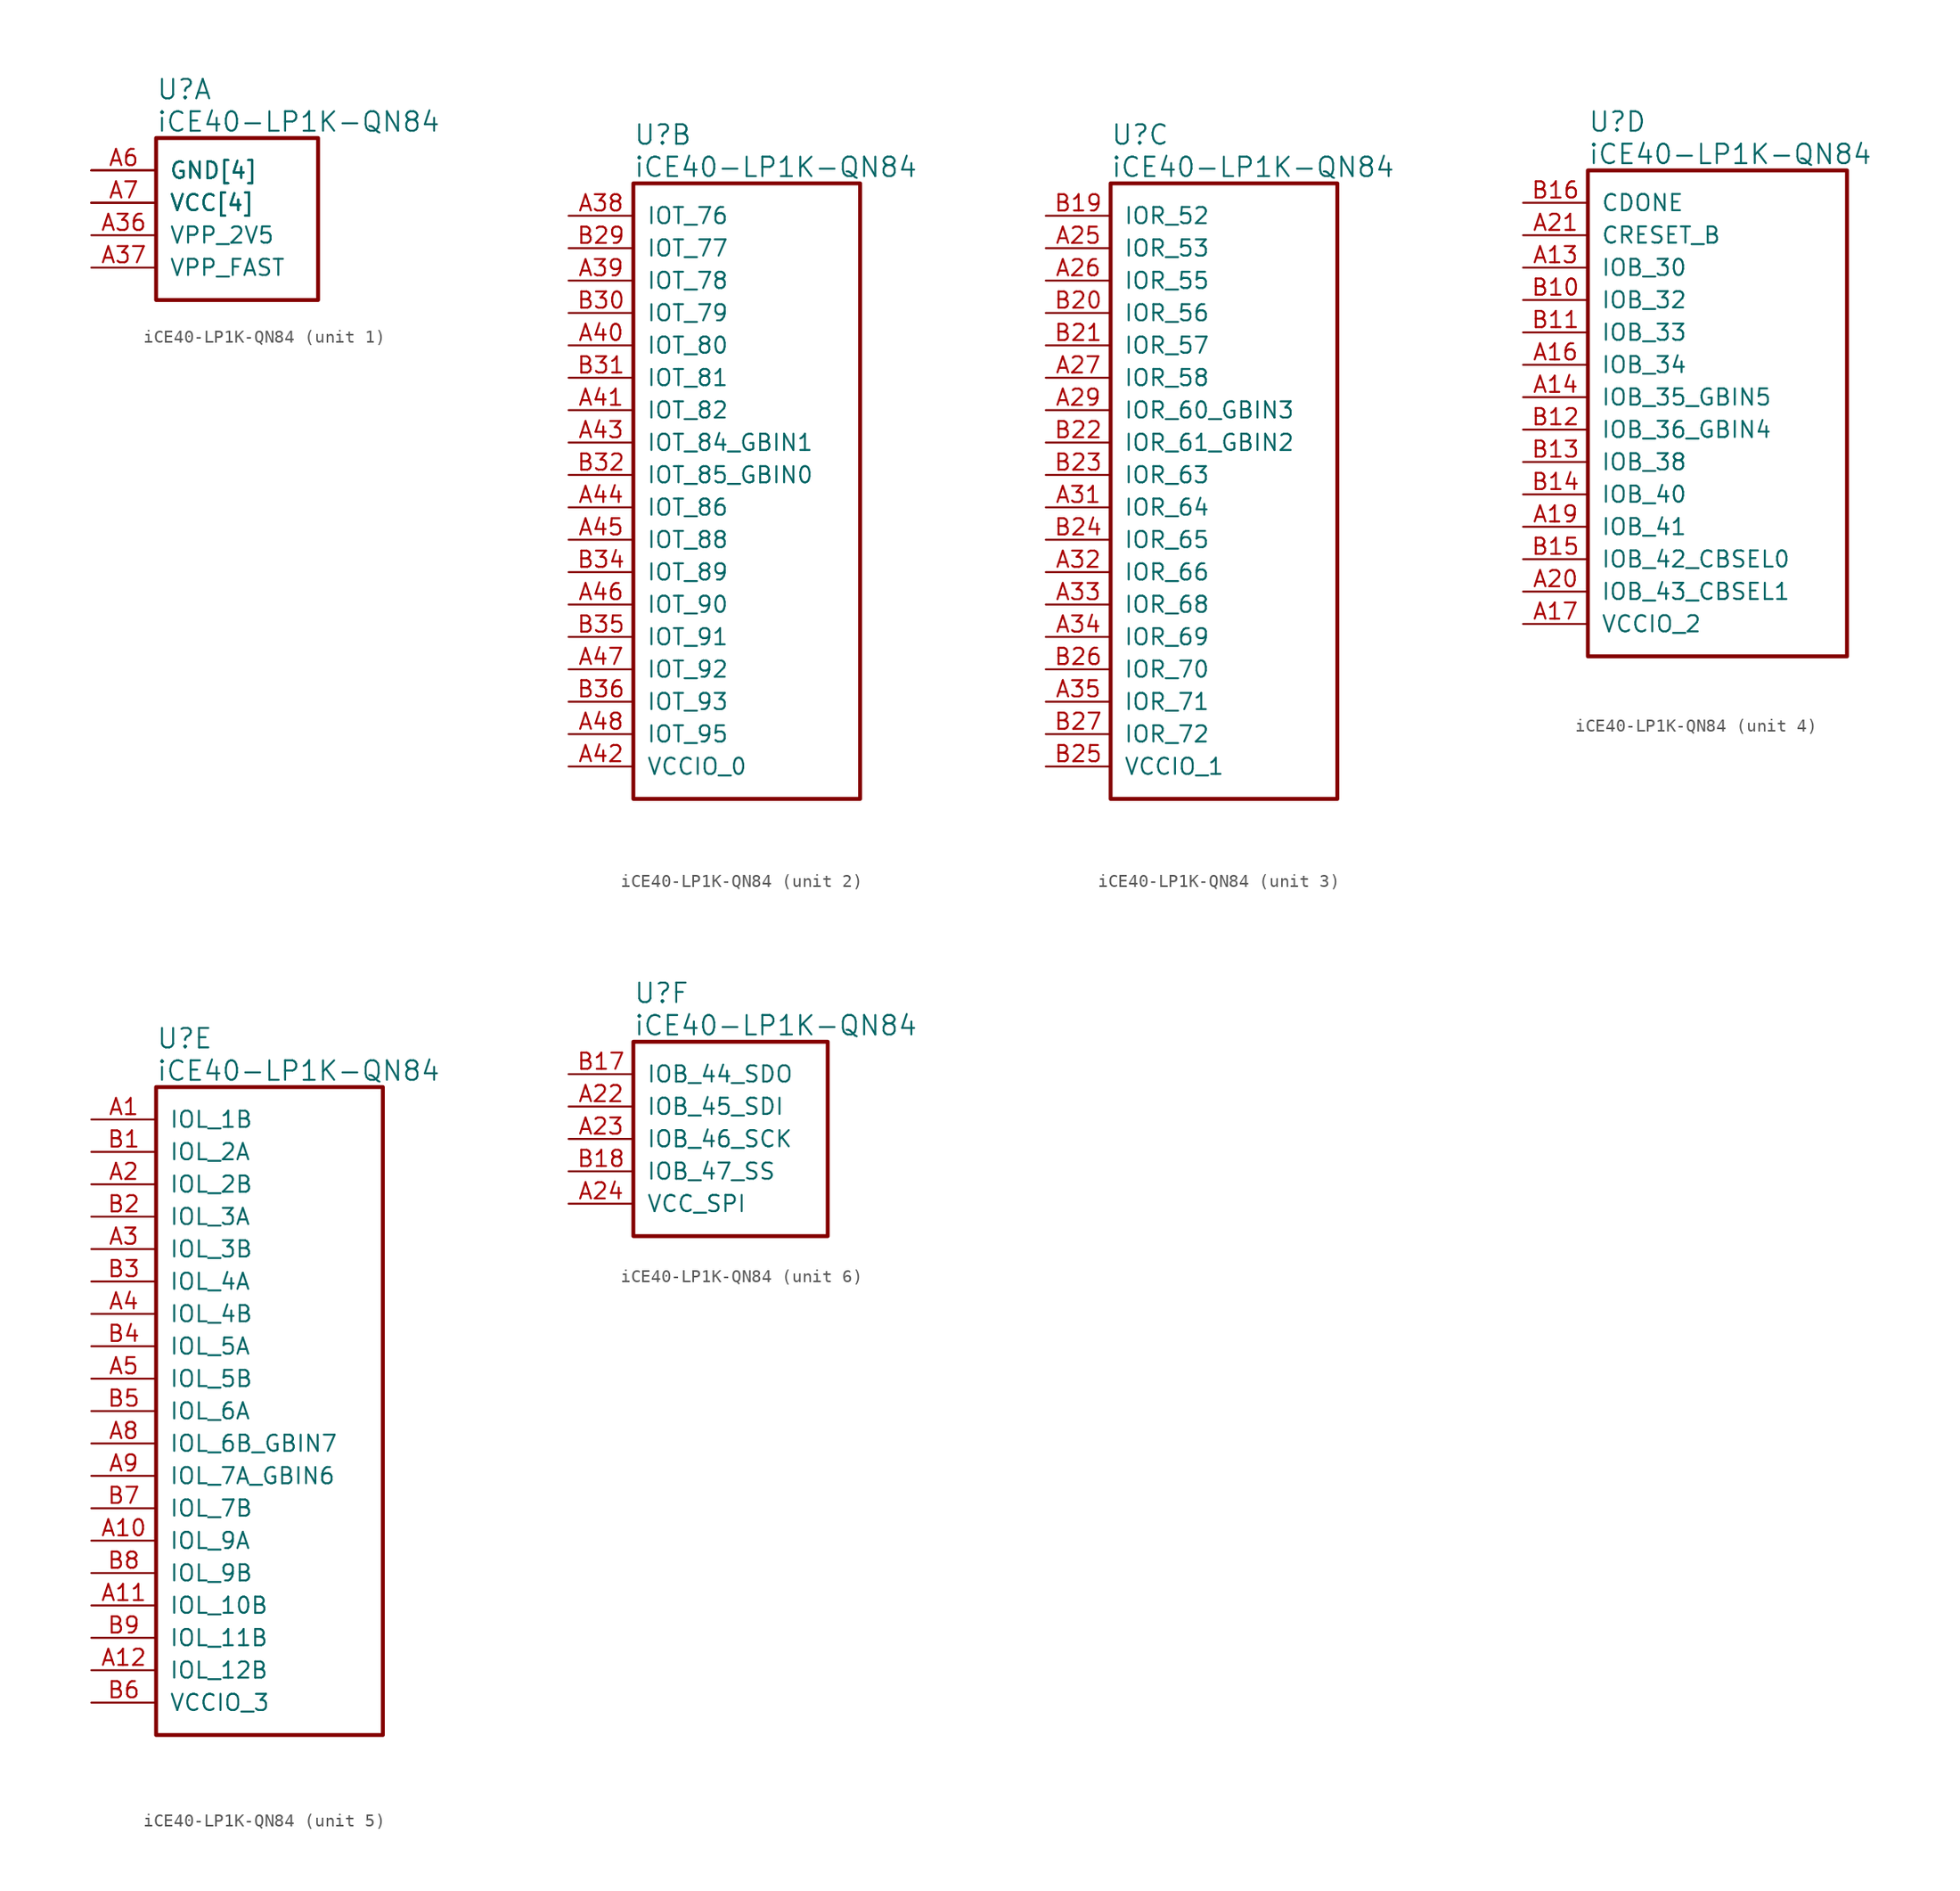
<source format=kicad_sym>
(kicad_symbol_lib
  (version 20241209)
  (generator "kicad_symbol_editor")
  (generator_version "9.0")
  (symbol "iCE40-LP1K-QN84"
    (pin_names
      (offset 1.016))
    (property "Reference" "U"
      (at 5.08 6.35 0)
      (effects (font (size 1.524 1.524)) (justify left)))
    (property "Value" "iCE40-LP1K-QN84"
      (at 5.08 3.81 0)
      (effects (font (size 1.524 1.524)) (justify left)))
    (property "ki_locked" ""
      (at 0 0 0)
      (effects (font (size 1.27 1.27))))
    (symbol "iCE40-LP1K-QN84_1_1"
      (rectangle (start 5.08 2.54) (end 17.78 -10.16) (stroke (width 0.305) (type solid)) (fill (type none)))
      (pin power_in line (at 0 0 0) (length 5.08) (name "GND[4]" (effects (font (size 1.27 1.27)))) (number "A18" (effects (font (size 0 0)))))
      (pin power_in line (at 0 0 0) (length 5.08) (name "GND[4]" (effects (font (size 1.27 1.27)))) (number "A30" (effects (font (size 0 0)))))
      (pin power_in line (at 0 0 0) (length 5.08) (name "GND[4]" (effects (font (size 1.27 1.27)))) (number "A6" (effects (font (size 1.27 1.27)))))
      (pin power_in line (at 0 0 0) (length 5.08) (name "GND[4]" (effects (font (size 1.27 1.27)))) (number "B33" (effects (font (size 0 0)))))
      (pin power_in line (at 0 -2.54 0) (length 5.08) (name "VCC[4]" (effects (font (size 1.27 1.27)))) (number "A15" (effects (font (size 0 0)))))
      (pin power_in line (at 0 -2.54 0) (length 5.08) (name "VCC[4]" (effects (font (size 1.27 1.27)))) (number "A28" (effects (font (size 0 0)))))
      (pin power_in line (at 0 -2.54 0) (length 5.08) (name "VCC[4]" (effects (font (size 1.27 1.27)))) (number "A7" (effects (font (size 1.27 1.27)))))
      (pin power_in line (at 0 -2.54 0) (length 5.08) (name "VCC[4]" (effects (font (size 1.27 1.27)))) (number "B28" (effects (font (size 0 0)))))
      (pin power_in line (at 0 -5.08 0) (length 5.08) (name "VPP_2V5" (effects (font (size 1.27 1.27)))) (number "A36" (effects (font (size 1.27 1.27)))))
      (pin power_in line (at 0 -7.62 0) (length 5.08) (name "VPP_FAST" (effects (font (size 1.27 1.27)))) (number "A37" (effects (font (size 1.27 1.27))))))
    (symbol "iCE40-LP1K-QN84_2_1"
      (rectangle (start 5.08 2.54) (end 22.86 -45.72) (stroke (width 0.305) (type solid)) (fill (type none)))
      (pin bidirectional line (at 0 0 0) (length 5.08) (name "IOT_76" (effects (font (size 1.27 1.27)))) (number "A38" (effects (font (size 1.27 1.27)))))
      (pin bidirectional line (at 0 -2.54 0) (length 5.08) (name "IOT_77" (effects (font (size 1.27 1.27)))) (number "B29" (effects (font (size 1.27 1.27)))))
      (pin bidirectional line (at 0 -5.08 0) (length 5.08) (name "IOT_78" (effects (font (size 1.27 1.27)))) (number "A39" (effects (font (size 1.27 1.27)))))
      (pin bidirectional line (at 0 -7.62 0) (length 5.08) (name "IOT_79" (effects (font (size 1.27 1.27)))) (number "B30" (effects (font (size 1.27 1.27)))))
      (pin bidirectional line (at 0 -10.16 0) (length 5.08) (name "IOT_80" (effects (font (size 1.27 1.27)))) (number "A40" (effects (font (size 1.27 1.27)))))
      (pin bidirectional line (at 0 -12.7 0) (length 5.08) (name "IOT_81" (effects (font (size 1.27 1.27)))) (number "B31" (effects (font (size 1.27 1.27)))))
      (pin bidirectional line (at 0 -15.24 0) (length 5.08) (name "IOT_82" (effects (font (size 1.27 1.27)))) (number "A41" (effects (font (size 1.27 1.27)))))
      (pin bidirectional line (at 0 -17.78 0) (length 5.08) (name "IOT_84_GBIN1" (effects (font (size 1.27 1.27)))) (number "A43" (effects (font (size 1.27 1.27)))))
      (pin bidirectional line (at 0 -20.32 0) (length 5.08) (name "IOT_85_GBIN0" (effects (font (size 1.27 1.27)))) (number "B32" (effects (font (size 1.27 1.27)))))
      (pin bidirectional line (at 0 -22.86 0) (length 5.08) (name "IOT_86" (effects (font (size 1.27 1.27)))) (number "A44" (effects (font (size 1.27 1.27)))))
      (pin bidirectional line (at 0 -25.4 0) (length 5.08) (name "IOT_88" (effects (font (size 1.27 1.27)))) (number "A45" (effects (font (size 1.27 1.27)))))
      (pin bidirectional line (at 0 -27.94 0) (length 5.08) (name "IOT_89" (effects (font (size 1.27 1.27)))) (number "B34" (effects (font (size 1.27 1.27)))))
      (pin bidirectional line (at 0 -30.48 0) (length 5.08) (name "IOT_90" (effects (font (size 1.27 1.27)))) (number "A46" (effects (font (size 1.27 1.27)))))
      (pin bidirectional line (at 0 -33.02 0) (length 5.08) (name "IOT_91" (effects (font (size 1.27 1.27)))) (number "B35" (effects (font (size 1.27 1.27)))))
      (pin bidirectional line (at 0 -35.56 0) (length 5.08) (name "IOT_92" (effects (font (size 1.27 1.27)))) (number "A47" (effects (font (size 1.27 1.27)))))
      (pin bidirectional line (at 0 -38.1 0) (length 5.08) (name "IOT_93" (effects (font (size 1.27 1.27)))) (number "B36" (effects (font (size 1.27 1.27)))))
      (pin bidirectional line (at 0 -40.64 0) (length 5.08) (name "IOT_95" (effects (font (size 1.27 1.27)))) (number "A48" (effects (font (size 1.27 1.27)))))
      (pin power_in line (at 0 -43.18 0) (length 5.08) (name "VCCIO_0" (effects (font (size 1.27 1.27)))) (number "A42" (effects (font (size 1.27 1.27))))))
    (symbol "iCE40-LP1K-QN84_3_1"
      (rectangle (start 5.08 2.54) (end 22.86 -45.72) (stroke (width 0.305) (type solid)) (fill (type none)))
      (pin bidirectional line (at 0 0 0) (length 5.08) (name "IOR_52" (effects (font (size 1.27 1.27)))) (number "B19" (effects (font (size 1.27 1.27)))))
      (pin bidirectional line (at 0 -2.54 0) (length 5.08) (name "IOR_53" (effects (font (size 1.27 1.27)))) (number "A25" (effects (font (size 1.27 1.27)))))
      (pin bidirectional line (at 0 -5.08 0) (length 5.08) (name "IOR_55" (effects (font (size 1.27 1.27)))) (number "A26" (effects (font (size 1.27 1.27)))))
      (pin bidirectional line (at 0 -7.62 0) (length 5.08) (name "IOR_56" (effects (font (size 1.27 1.27)))) (number "B20" (effects (font (size 1.27 1.27)))))
      (pin bidirectional line (at 0 -10.16 0) (length 5.08) (name "IOR_57" (effects (font (size 1.27 1.27)))) (number "B21" (effects (font (size 1.27 1.27)))))
      (pin bidirectional line (at 0 -12.7 0) (length 5.08) (name "IOR_58" (effects (font (size 1.27 1.27)))) (number "A27" (effects (font (size 1.27 1.27)))))
      (pin bidirectional line (at 0 -15.24 0) (length 5.08) (name "IOR_60_GBIN3" (effects (font (size 1.27 1.27)))) (number "A29" (effects (font (size 1.27 1.27)))))
      (pin bidirectional line (at 0 -17.78 0) (length 5.08) (name "IOR_61_GBIN2" (effects (font (size 1.27 1.27)))) (number "B22" (effects (font (size 1.27 1.27)))))
      (pin bidirectional line (at 0 -20.32 0) (length 5.08) (name "IOR_63" (effects (font (size 1.27 1.27)))) (number "B23" (effects (font (size 1.27 1.27)))))
      (pin bidirectional line (at 0 -22.86 0) (length 5.08) (name "IOR_64" (effects (font (size 1.27 1.27)))) (number "A31" (effects (font (size 1.27 1.27)))))
      (pin bidirectional line (at 0 -25.4 0) (length 5.08) (name "IOR_65" (effects (font (size 1.27 1.27)))) (number "B24" (effects (font (size 1.27 1.27)))))
      (pin bidirectional line (at 0 -27.94 0) (length 5.08) (name "IOR_66" (effects (font (size 1.27 1.27)))) (number "A32" (effects (font (size 1.27 1.27)))))
      (pin bidirectional line (at 0 -30.48 0) (length 5.08) (name "IOR_68" (effects (font (size 1.27 1.27)))) (number "A33" (effects (font (size 1.27 1.27)))))
      (pin bidirectional line (at 0 -33.02 0) (length 5.08) (name "IOR_69" (effects (font (size 1.27 1.27)))) (number "A34" (effects (font (size 1.27 1.27)))))
      (pin bidirectional line (at 0 -35.56 0) (length 5.08) (name "IOR_70" (effects (font (size 1.27 1.27)))) (number "B26" (effects (font (size 1.27 1.27)))))
      (pin bidirectional line (at 0 -38.1 0) (length 5.08) (name "IOR_71" (effects (font (size 1.27 1.27)))) (number "A35" (effects (font (size 1.27 1.27)))))
      (pin bidirectional line (at 0 -40.64 0) (length 5.08) (name "IOR_72" (effects (font (size 1.27 1.27)))) (number "B27" (effects (font (size 1.27 1.27)))))
      (pin power_in line (at 0 -43.18 0) (length 5.08) (name "VCCIO_1" (effects (font (size 1.27 1.27)))) (number "B25" (effects (font (size 1.27 1.27))))))
    (symbol "iCE40-LP1K-QN84_4_1"
      (rectangle (start 5.08 2.54) (end 25.4 -35.56) (stroke (width 0.305) (type solid)) (fill (type none)))
      (pin output line (at 0 0 0) (length 5.08) (name "CDONE" (effects (font (size 1.27 1.27)))) (number "B16" (effects (font (size 1.27 1.27)))))
      (pin input line (at 0 -2.54 0) (length 5.08) (name "CRESET_B" (effects (font (size 1.27 1.27)))) (number "A21" (effects (font (size 1.27 1.27)))))
      (pin bidirectional line (at 0 -5.08 0) (length 5.08) (name "IOB_30" (effects (font (size 1.27 1.27)))) (number "A13" (effects (font (size 1.27 1.27)))))
      (pin bidirectional line (at 0 -7.62 0) (length 5.08) (name "IOB_32" (effects (font (size 1.27 1.27)))) (number "B10" (effects (font (size 1.27 1.27)))))
      (pin bidirectional line (at 0 -10.16 0) (length 5.08) (name "IOB_33" (effects (font (size 1.27 1.27)))) (number "B11" (effects (font (size 1.27 1.27)))))
      (pin bidirectional line (at 0 -12.7 0) (length 5.08) (name "IOB_34" (effects (font (size 1.27 1.27)))) (number "A16" (effects (font (size 1.27 1.27)))))
      (pin bidirectional line (at 0 -15.24 0) (length 5.08) (name "IOB_35_GBIN5" (effects (font (size 1.27 1.27)))) (number "A14" (effects (font (size 1.27 1.27)))))
      (pin bidirectional line (at 0 -17.78 0) (length 5.08) (name "IOB_36_GBIN4" (effects (font (size 1.27 1.27)))) (number "B12" (effects (font (size 1.27 1.27)))))
      (pin bidirectional line (at 0 -20.32 0) (length 5.08) (name "IOB_38" (effects (font (size 1.27 1.27)))) (number "B13" (effects (font (size 1.27 1.27)))))
      (pin bidirectional line (at 0 -22.86 0) (length 5.08) (name "IOB_40" (effects (font (size 1.27 1.27)))) (number "B14" (effects (font (size 1.27 1.27)))))
      (pin bidirectional line (at 0 -25.4 0) (length 5.08) (name "IOB_41" (effects (font (size 1.27 1.27)))) (number "A19" (effects (font (size 1.27 1.27)))))
      (pin bidirectional line (at 0 -27.94 0) (length 5.08) (name "IOB_42_CBSEL0" (effects (font (size 1.27 1.27)))) (number "B15" (effects (font (size 1.27 1.27)))))
      (pin bidirectional line (at 0 -30.48 0) (length 5.08) (name "IOB_43_CBSEL1" (effects (font (size 1.27 1.27)))) (number "A20" (effects (font (size 1.27 1.27)))))
      (pin power_in line (at 0 -33.02 0) (length 5.08) (name "VCCIO_2" (effects (font (size 1.27 1.27)))) (number "A17" (effects (font (size 1.27 1.27))))))
    (symbol "iCE40-LP1K-QN84_5_1"
      (rectangle (start 5.08 2.54) (end 22.86 -48.26) (stroke (width 0.305) (type solid)) (fill (type none)))
      (pin bidirectional line (at 0 0 0) (length 5.08) (name "IOL_1B" (effects (font (size 1.27 1.27)))) (number "A1" (effects (font (size 1.27 1.27)))))
      (pin bidirectional line (at 0 -2.54 0) (length 5.08) (name "IOL_2A" (effects (font (size 1.27 1.27)))) (number "B1" (effects (font (size 1.27 1.27)))))
      (pin bidirectional line (at 0 -5.08 0) (length 5.08) (name "IOL_2B" (effects (font (size 1.27 1.27)))) (number "A2" (effects (font (size 1.27 1.27)))))
      (pin bidirectional line (at 0 -7.62 0) (length 5.08) (name "IOL_3A" (effects (font (size 1.27 1.27)))) (number "B2" (effects (font (size 1.27 1.27)))))
      (pin bidirectional line (at 0 -10.16 0) (length 5.08) (name "IOL_3B" (effects (font (size 1.27 1.27)))) (number "A3" (effects (font (size 1.27 1.27)))))
      (pin bidirectional line (at 0 -12.7 0) (length 5.08) (name "IOL_4A" (effects (font (size 1.27 1.27)))) (number "B3" (effects (font (size 1.27 1.27)))))
      (pin bidirectional line (at 0 -15.24 0) (length 5.08) (name "IOL_4B" (effects (font (size 1.27 1.27)))) (number "A4" (effects (font (size 1.27 1.27)))))
      (pin bidirectional line (at 0 -17.78 0) (length 5.08) (name "IOL_5A" (effects (font (size 1.27 1.27)))) (number "B4" (effects (font (size 1.27 1.27)))))
      (pin bidirectional line (at 0 -20.32 0) (length 5.08) (name "IOL_5B" (effects (font (size 1.27 1.27)))) (number "A5" (effects (font (size 1.27 1.27)))))
      (pin bidirectional line (at 0 -22.86 0) (length 5.08) (name "IOL_6A" (effects (font (size 1.27 1.27)))) (number "B5" (effects (font (size 1.27 1.27)))))
      (pin bidirectional line (at 0 -25.4 0) (length 5.08) (name "IOL_6B_GBIN7" (effects (font (size 1.27 1.27)))) (number "A8" (effects (font (size 1.27 1.27)))))
      (pin bidirectional line (at 0 -27.94 0) (length 5.08) (name "IOL_7A_GBIN6" (effects (font (size 1.27 1.27)))) (number "A9" (effects (font (size 1.27 1.27)))))
      (pin bidirectional line (at 0 -30.48 0) (length 5.08) (name "IOL_7B" (effects (font (size 1.27 1.27)))) (number "B7" (effects (font (size 1.27 1.27)))))
      (pin bidirectional line (at 0 -33.02 0) (length 5.08) (name "IOL_9A" (effects (font (size 1.27 1.27)))) (number "A10" (effects (font (size 1.27 1.27)))))
      (pin bidirectional line (at 0 -35.56 0) (length 5.08) (name "IOL_9B" (effects (font (size 1.27 1.27)))) (number "B8" (effects (font (size 1.27 1.27)))))
      (pin bidirectional line (at 0 -38.1 0) (length 5.08) (name "IOL_10B" (effects (font (size 1.27 1.27)))) (number "A11" (effects (font (size 1.27 1.27)))))
      (pin bidirectional line (at 0 -40.64 0) (length 5.08) (name "IOL_11B" (effects (font (size 1.27 1.27)))) (number "B9" (effects (font (size 1.27 1.27)))))
      (pin bidirectional line (at 0 -43.18 0) (length 5.08) (name "IOL_12B" (effects (font (size 1.27 1.27)))) (number "A12" (effects (font (size 1.27 1.27)))))
      (pin power_in line (at 0 -45.72 0) (length 5.08) (name "VCCIO_3" (effects (font (size 1.27 1.27)))) (number "B6" (effects (font (size 1.27 1.27))))))
    (symbol "iCE40-LP1K-QN84_6_1"
      (rectangle (start 5.08 2.54) (end 20.32 -12.7) (stroke (width 0.305) (type solid)) (fill (type none)))
      (pin bidirectional line (at 0 0 0) (length 5.08) (name "IOB_44_SDO" (effects (font (size 1.27 1.27)))) (number "B17" (effects (font (size 1.27 1.27)))))
      (pin bidirectional line (at 0 -2.54 0) (length 5.08) (name "IOB_45_SDI" (effects (font (size 1.27 1.27)))) (number "A22" (effects (font (size 1.27 1.27)))))
      (pin bidirectional line (at 0 -5.08 0) (length 5.08) (name "IOB_46_SCK" (effects (font (size 1.27 1.27)))) (number "A23" (effects (font (size 1.27 1.27)))))
      (pin bidirectional line (at 0 -7.62 0) (length 5.08) (name "IOB_47_SS" (effects (font (size 1.27 1.27)))) (number "B18" (effects (font (size 1.27 1.27)))))
      (pin power_in line (at 0 -10.16 0) (length 5.08) (name "VCC_SPI" (effects (font (size 1.27 1.27)))) (number "A24" (effects (font (size 1.27 1.27))))))))
</source>
